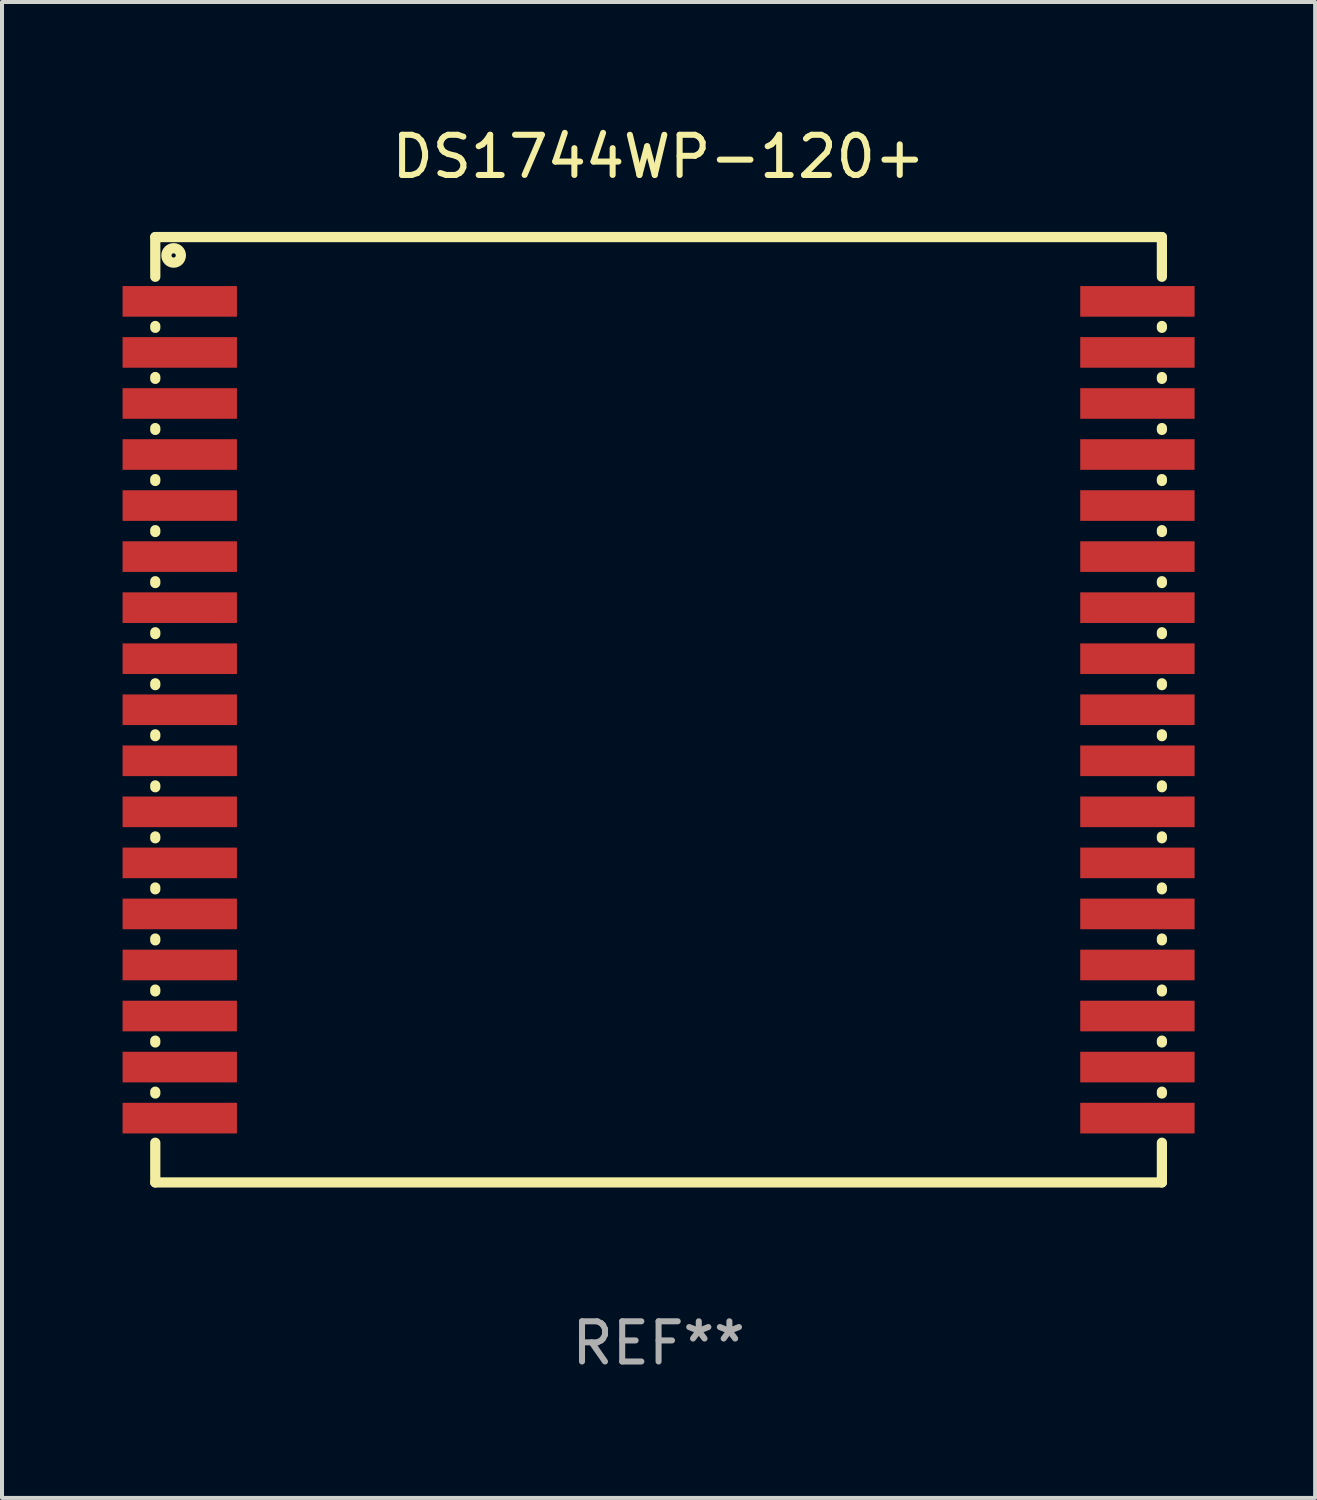
<source format=kicad_pcb>
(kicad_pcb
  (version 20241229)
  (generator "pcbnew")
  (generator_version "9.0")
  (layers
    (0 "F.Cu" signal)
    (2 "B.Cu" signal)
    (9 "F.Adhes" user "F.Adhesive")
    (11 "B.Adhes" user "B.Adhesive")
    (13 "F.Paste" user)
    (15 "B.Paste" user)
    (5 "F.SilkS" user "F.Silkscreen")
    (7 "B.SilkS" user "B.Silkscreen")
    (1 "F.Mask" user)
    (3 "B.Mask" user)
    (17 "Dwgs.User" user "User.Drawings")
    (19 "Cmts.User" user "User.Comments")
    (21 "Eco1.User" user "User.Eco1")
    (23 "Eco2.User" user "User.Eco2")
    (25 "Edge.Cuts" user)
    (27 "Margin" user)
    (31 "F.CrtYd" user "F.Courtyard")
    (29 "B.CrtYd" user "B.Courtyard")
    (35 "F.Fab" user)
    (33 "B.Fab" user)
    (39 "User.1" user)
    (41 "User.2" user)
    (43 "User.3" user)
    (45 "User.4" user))
  (footprint "DS1744WP-120+"
    (layer "F.Cu")
    (at 13.335 14.608)
    (property "Reference" "DS1744WP-120+" (at 0 -13.76 0) (layer "F.SilkS") (effects (font (size 1 1) (thickness 0.15))))
    (attr through_hole)
    (fp_line (start -12.522 -11.76) (end -12.522 -10.772) (stroke (width 0.254) (type solid)) (layer "F.SilkS"))
    (fp_line (start -12.522 -11.76) (end 12.522 -11.76) (stroke (width 0.254) (type solid)) (layer "F.SilkS"))
    (fp_line (start -12.522 -9.548) (end -12.522 -9.502) (stroke (width 0.254) (type solid)) (layer "F.SilkS"))
    (fp_line (start -12.522 -8.278) (end -12.522 -8.232) (stroke (width 0.254) (type solid)) (layer "F.SilkS"))
    (fp_line (start -12.522 -7.008) (end -12.522 -6.962) (stroke (width 0.254) (type solid)) (layer "F.SilkS"))
    (fp_line (start -12.522 -5.738) (end -12.522 -5.692) (stroke (width 0.254) (type solid)) (layer "F.SilkS"))
    (fp_line (start -12.522 -4.468) (end -12.522 -4.422) (stroke (width 0.254) (type solid)) (layer "F.SilkS"))
    (fp_line (start -12.522 -3.198) (end -12.522 -3.152) (stroke (width 0.254) (type solid)) (layer "F.SilkS"))
    (fp_line (start -12.522 -1.928) (end -12.522 -1.882) (stroke (width 0.254) (type solid)) (layer "F.SilkS"))
    (fp_line (start -12.522 -0.658) (end -12.522 -0.612) (stroke (width 0.254) (type solid)) (layer "F.SilkS"))
    (fp_line (start -12.522 0.612) (end -12.522 0.658) (stroke (width 0.254) (type solid)) (layer "F.SilkS"))
    (fp_line (start -12.522 1.882) (end -12.522 1.928) (stroke (width 0.254) (type solid)) (layer "F.SilkS"))
    (fp_line (start -12.522 3.152) (end -12.522 3.198) (stroke (width 0.254) (type solid)) (layer "F.SilkS"))
    (fp_line (start -12.522 4.422) (end -12.522 4.468) (stroke (width 0.254) (type solid)) (layer "F.SilkS"))
    (fp_line (start -12.522 5.692) (end -12.522 5.738) (stroke (width 0.254) (type solid)) (layer "F.SilkS"))
    (fp_line (start -12.522 6.962) (end -12.522 7.008) (stroke (width 0.254) (type solid)) (layer "F.SilkS"))
    (fp_line (start -12.522 8.232) (end -12.522 8.278) (stroke (width 0.254) (type solid)) (layer "F.SilkS"))
    (fp_line (start -12.522 9.502) (end -12.522 9.548) (stroke (width 0.254) (type solid)) (layer "F.SilkS"))
    (fp_line (start -12.522 10.772) (end -12.522 11.76) (stroke (width 0.254) (type solid)) (layer "F.SilkS"))
    (fp_line (start -12.522 11.76) (end 12.522 11.76) (stroke (width 0.254) (type solid)) (layer "F.SilkS"))
    (fp_line (start 12.522 -11.76) (end 12.522 -10.772) (stroke (width 0.254) (type solid)) (layer "F.SilkS"))
    (fp_line (start 12.522 -9.548) (end 12.522 -9.502) (stroke (width 0.254) (type solid)) (layer "F.SilkS"))
    (fp_line (start 12.522 -8.278) (end 12.522 -8.232) (stroke (width 0.254) (type solid)) (layer "F.SilkS"))
    (fp_line (start 12.522 -7.008) (end 12.522 -6.962) (stroke (width 0.254) (type solid)) (layer "F.SilkS"))
    (fp_line (start 12.522 -5.738) (end 12.522 -5.692) (stroke (width 0.254) (type solid)) (layer "F.SilkS"))
    (fp_line (start 12.522 -4.468) (end 12.522 -4.422) (stroke (width 0.254) (type solid)) (layer "F.SilkS"))
    (fp_line (start 12.522 -3.198) (end 12.522 -3.152) (stroke (width 0.254) (type solid)) (layer "F.SilkS"))
    (fp_line (start 12.522 -1.928) (end 12.522 -1.882) (stroke (width 0.254) (type solid)) (layer "F.SilkS"))
    (fp_line (start 12.522 -0.658) (end 12.522 -0.612) (stroke (width 0.254) (type solid)) (layer "F.SilkS"))
    (fp_line (start 12.522 0.612) (end 12.522 0.658) (stroke (width 0.254) (type solid)) (layer "F.SilkS"))
    (fp_line (start 12.522 1.882) (end 12.522 1.928) (stroke (width 0.254) (type solid)) (layer "F.SilkS"))
    (fp_line (start 12.522 3.152) (end 12.522 3.198) (stroke (width 0.254) (type solid)) (layer "F.SilkS"))
    (fp_line (start 12.522 4.422) (end 12.522 4.468) (stroke (width 0.254) (type solid)) (layer "F.SilkS"))
    (fp_line (start 12.522 5.692) (end 12.522 5.738) (stroke (width 0.254) (type solid)) (layer "F.SilkS"))
    (fp_line (start 12.522 6.962) (end 12.522 7.008) (stroke (width 0.254) (type solid)) (layer "F.SilkS"))
    (fp_line (start 12.522 8.232) (end 12.522 8.278) (stroke (width 0.254) (type solid)) (layer "F.SilkS"))
    (fp_line (start 12.522 9.502) (end 12.522 9.548) (stroke (width 0.254) (type solid)) (layer "F.SilkS"))
    (fp_line (start 12.522 10.772) (end 12.522 11.76) (stroke (width 0.254) (type solid)) (layer "F.SilkS"))
    (fp_circle (center -12.065 -11.303) (end -11.885 -11.303) (stroke (width 0.254) (type solid)) (fill no) (layer "F.SilkS"))
    (fp_text user "REF**" (at 0 15.76 0) (layer "F.Fab") (effects (font (size 1 1) (thickness 0.15))))
    (pad "1" smd rect (at -11.913 -10.16) (size 2.845 0.762) (layers "F.Cu" "F.Mask" "F.Paste"))
    (pad "2" smd rect (at -11.913 -8.89) (size 2.845 0.762) (layers "F.Cu" "F.Mask" "F.Paste"))
    (pad "3" smd rect (at -11.913 -7.62) (size 2.845 0.762) (layers "F.Cu" "F.Mask" "F.Paste"))
    (pad "4" smd rect (at -11.913 -6.35) (size 2.845 0.762) (layers "F.Cu" "F.Mask" "F.Paste"))
    (pad "5" smd rect (at -11.913 -5.08) (size 2.845 0.762) (layers "F.Cu" "F.Mask" "F.Paste"))
    (pad "6" smd rect (at -11.913 -3.81) (size 2.845 0.762) (layers "F.Cu" "F.Mask" "F.Paste"))
    (pad "7" smd rect (at -11.913 -2.54) (size 2.845 0.762) (layers "F.Cu" "F.Mask" "F.Paste"))
    (pad "8" smd rect (at -11.913 -1.27) (size 2.845 0.762) (layers "F.Cu" "F.Mask" "F.Paste"))
    (pad "9" smd rect (at -11.913 0) (size 2.845 0.762) (layers "F.Cu" "F.Mask" "F.Paste"))
    (pad "10" smd rect (at -11.913 1.27) (size 2.845 0.762) (layers "F.Cu" "F.Mask" "F.Paste"))
    (pad "11" smd rect (at -11.913 2.54) (size 2.845 0.762) (layers "F.Cu" "F.Mask" "F.Paste"))
    (pad "12" smd rect (at -11.913 3.81) (size 2.845 0.762) (layers "F.Cu" "F.Mask" "F.Paste"))
    (pad "13" smd rect (at -11.913 5.08) (size 2.845 0.762) (layers "F.Cu" "F.Mask" "F.Paste"))
    (pad "14" smd rect (at -11.913 6.35) (size 2.845 0.762) (layers "F.Cu" "F.Mask" "F.Paste"))
    (pad "15" smd rect (at -11.913 7.62) (size 2.845 0.762) (layers "F.Cu" "F.Mask" "F.Paste"))
    (pad "16" smd rect (at -11.913 8.89) (size 2.845 0.762) (layers "F.Cu" "F.Mask" "F.Paste"))
    (pad "17" smd rect (at -11.913 10.16) (size 2.845 0.762) (layers "F.Cu" "F.Mask" "F.Paste"))
    (pad "18" smd rect (at 11.913 10.16) (size 2.845 0.762) (layers "F.Cu" "F.Mask" "F.Paste"))
    (pad "19" smd rect (at 11.913 8.89) (size 2.845 0.762) (layers "F.Cu" "F.Mask" "F.Paste"))
    (pad "20" smd rect (at 11.913 7.62) (size 2.845 0.762) (layers "F.Cu" "F.Mask" "F.Paste"))
    (pad "21" smd rect (at 11.913 6.35) (size 2.845 0.762) (layers "F.Cu" "F.Mask" "F.Paste"))
    (pad "22" smd rect (at 11.913 5.08) (size 2.845 0.762) (layers "F.Cu" "F.Mask" "F.Paste"))
    (pad "23" smd rect (at 11.913 3.81) (size 2.845 0.762) (layers "F.Cu" "F.Mask" "F.Paste"))
    (pad "24" smd rect (at 11.913 2.54) (size 2.845 0.762) (layers "F.Cu" "F.Mask" "F.Paste"))
    (pad "25" smd rect (at 11.913 1.27) (size 2.845 0.762) (layers "F.Cu" "F.Mask" "F.Paste"))
    (pad "26" smd rect (at 11.913 0) (size 2.845 0.762) (layers "F.Cu" "F.Mask" "F.Paste"))
    (pad "27" smd rect (at 11.913 -1.27) (size 2.845 0.762) (layers "F.Cu" "F.Mask" "F.Paste"))
    (pad "28" smd rect (at 11.913 -2.54) (size 2.845 0.762) (layers "F.Cu" "F.Mask" "F.Paste"))
    (pad "29" smd rect (at 11.913 -3.81) (size 2.845 0.762) (layers "F.Cu" "F.Mask" "F.Paste"))
    (pad "30" smd rect (at 11.913 -5.08) (size 2.845 0.762) (layers "F.Cu" "F.Mask" "F.Paste"))
    (pad "31" smd rect (at 11.913 -6.35) (size 2.845 0.762) (layers "F.Cu" "F.Mask" "F.Paste"))
    (pad "32" smd rect (at 11.913 -7.62) (size 2.845 0.762) (layers "F.Cu" "F.Mask" "F.Paste"))
    (pad "33" smd rect (at 11.913 -8.89) (size 2.845 0.762) (layers "F.Cu" "F.Mask" "F.Paste"))
    (pad "34" smd rect (at 11.913 -10.16) (size 2.845 0.762) (layers "F.Cu" "F.Mask" "F.Paste")))
  (gr_rect
    (start -3 -3)
    (end 29.67 34.217)
    (stroke (width 0.1) (type default))
    (fill no)
    (layer "Edge.Cuts")))
</source>
